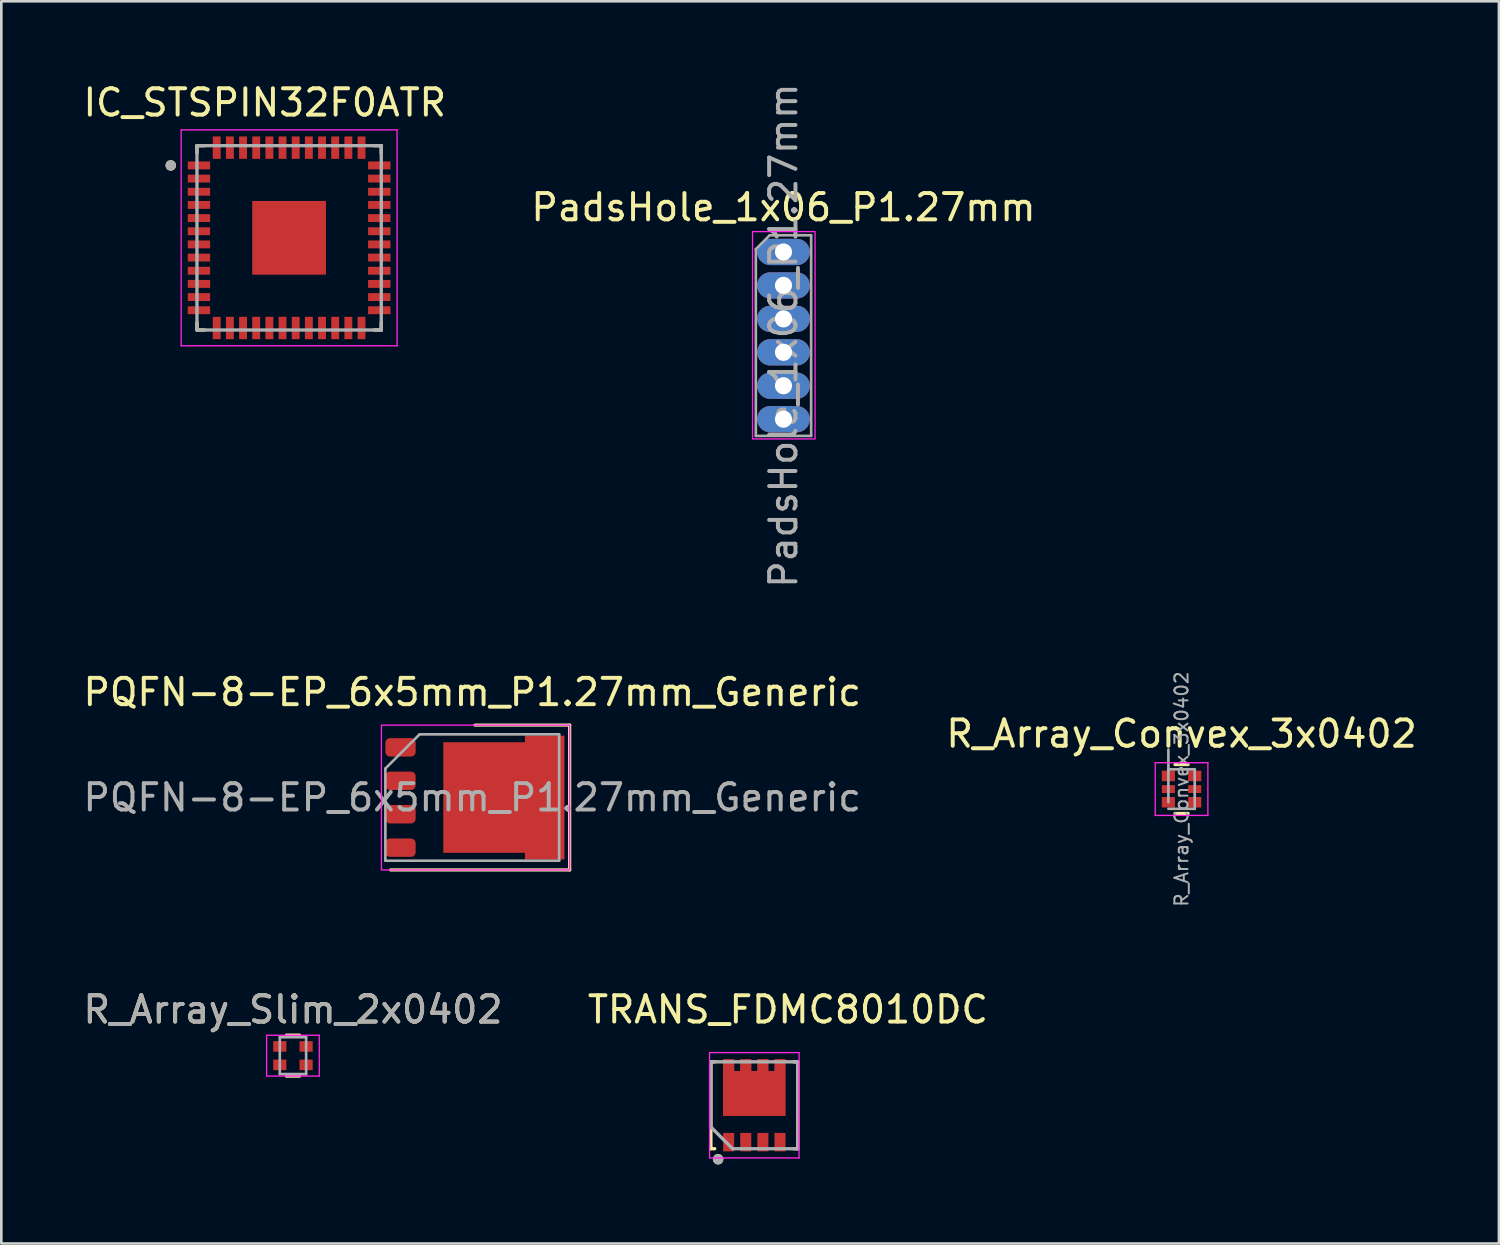
<source format=kicad_pcb>
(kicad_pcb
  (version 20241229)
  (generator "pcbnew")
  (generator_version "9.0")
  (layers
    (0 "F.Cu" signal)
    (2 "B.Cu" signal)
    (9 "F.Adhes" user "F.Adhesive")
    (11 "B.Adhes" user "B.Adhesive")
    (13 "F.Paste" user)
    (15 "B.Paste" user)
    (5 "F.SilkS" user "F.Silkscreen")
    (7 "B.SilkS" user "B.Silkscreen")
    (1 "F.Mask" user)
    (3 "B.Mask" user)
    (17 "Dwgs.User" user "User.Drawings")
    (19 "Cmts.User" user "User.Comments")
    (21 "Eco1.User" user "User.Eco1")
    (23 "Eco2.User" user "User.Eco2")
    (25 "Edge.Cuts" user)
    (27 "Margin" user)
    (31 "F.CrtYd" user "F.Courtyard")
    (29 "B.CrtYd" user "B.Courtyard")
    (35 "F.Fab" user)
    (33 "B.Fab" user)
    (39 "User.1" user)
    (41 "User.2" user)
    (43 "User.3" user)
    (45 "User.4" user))
  (footprint "R_Array_Convex_3x0402"
    (layer "F.Cu")
    (at 41.827 26.92)
    (property "Reference" "R_Array_Convex_3x0402" (at 0 -2.1 0) (layer "F.SilkS") (effects (font (size 1 1) (thickness 0.15))))
    (attr smd)
    (fp_line (start 0.25 -0.93) (end -0.25 -0.93) (stroke (width 0.12) (type solid)) (layer "F.SilkS"))
    (fp_line (start 0.25 0.925) (end -0.25 0.925) (stroke (width 0.12) (type solid)) (layer "F.SilkS"))
    (fp_line (start -1 -1) (end -1 1) (stroke (width 0.05) (type solid)) (layer "F.CrtYd"))
    (fp_line (start -1 -1) (end 1 -1) (stroke (width 0.05) (type solid)) (layer "F.CrtYd"))
    (fp_line (start 1 1) (end -1 1) (stroke (width 0.05) (type solid)) (layer "F.CrtYd"))
    (fp_line (start 1 1) (end 1 -1) (stroke (width 0.05) (type solid)) (layer "F.CrtYd"))
    (fp_line (start -0.5 -0.75) (end 0.5 -0.75) (stroke (width 0.1) (type solid)) (layer "F.Fab"))
    (fp_line (start -0.5 0.5) (end -0.5 -1.5) (stroke (width 0.1) (type solid)) (layer "F.Fab"))
    (fp_line (start 0.5 -0.75) (end 0.5 0.75) (stroke (width 0.1) (type solid)) (layer "F.Fab"))
    (fp_line (start 0.5 0.75) (end -0.5 0.75) (stroke (width 0.1) (type solid)) (layer "F.Fab"))
    (fp_text user "${REFERENCE}" (at 0 0 90) (layer "F.Fab") (effects (font (size 0.5 0.5) (thickness 0.075))))
    (pad "1" smd rect (at -0.5 -0.5) (size 0.5 0.4) (layers "F.Cu" "F.Mask" "F.Paste"))
    (pad "2" smd rect (at -0.5 0) (size 0.5 0.3) (layers "F.Cu" "F.Mask" "F.Paste"))
    (pad "3" smd rect (at -0.5 0.5) (size 0.5 0.4) (layers "F.Cu" "F.Mask" "F.Paste"))
    (pad "4" smd rect (at 0.5 0.5) (size 0.5 0.4) (layers "F.Cu" "F.Mask" "F.Paste"))
    (pad "5" smd rect (at 0.5 0) (size 0.5 0.3) (layers "F.Cu" "F.Mask" "F.Paste"))
    (pad "6" smd rect (at 0.5 -0.5) (size 0.5 0.4) (layers "F.Cu" "F.Mask" "F.Paste")))
  (footprint "PQFN-8-EP_6x5mm_P1.27mm_Generic"
    (layer "F.Cu")
    (at 14.887 27.241)
    (property "Reference" "PQFN-8-EP_6x5mm_P1.27mm_Generic" (at 0 -4 0) (layer "F.SilkS") (effects (font (size 1 1) (thickness 0.15))))
    (attr smd)
    (fp_line (start -3.1 2.75) (end 3.7 2.75) (stroke (width 0.12) (type solid)) (layer "F.SilkS"))
    (fp_line (start 3.7 -2.75) (end 0.1 -2.75) (stroke (width 0.12) (type solid)) (layer "F.SilkS"))
    (fp_line (start 3.7 2.75) (end 3.7 -2.75) (stroke (width 0.12) (type solid)) (layer "F.SilkS"))
    (fp_rect (start -3.45 -2.75) (end 3.7 2.75) (stroke (width 0.05) (type solid)) (fill no) (layer "F.CrtYd"))
    (fp_line (start -3.3 -1.1) (end -3.3 2.4) (stroke (width 0.1) (type solid)) (layer "F.Fab"))
    (fp_line (start -3.3 -1.1) (end -2 -2.4) (stroke (width 0.1) (type solid)) (layer "F.Fab"))
    (fp_line (start -3.3 2.4) (end 3.3 2.4) (stroke (width 0.1) (type solid)) (layer "F.Fab"))
    (fp_line (start 3.3 -2.4) (end -2 -2.4) (stroke (width 0.1) (type solid)) (layer "F.Fab"))
    (fp_line (start 3.3 2.4) (end 3.3 -2.4) (stroke (width 0.1) (type solid)) (layer "F.Fab"))
    (fp_text user "${REFERENCE}" (at 0 0 180) (layer "F.Fab") (effects (font (size 1 1) (thickness 0.15))))
    (pad "" smd rect (at -0.55 -1.15 90) (size 0.9 0.6) (layers "F.Paste"))
    (pad "" smd rect (at -0.55 0 90) (size 0.9 0.6) (layers "F.Paste"))
    (pad "" smd rect (at -0.55 1.15 90) (size 0.9 0.6) (layers "F.Paste"))
    (pad "" smd rect (at 0.3 -1.15 90) (size 0.9 0.6) (layers "F.Paste"))
    (pad "" smd rect (at 0.3 0 90) (size 0.9 0.6) (layers "F.Paste"))
    (pad "" smd rect (at 0.3 1.15 90) (size 0.9 0.6) (layers "F.Paste"))
    (pad "" smd rect (at 1.15 -1.15 90) (size 0.9 0.6) (layers "F.Paste"))
    (pad "" smd rect (at 1.15 0 90) (size 0.9 0.6) (layers "F.Paste"))
    (pad "" smd rect (at 1.15 1.15 90) (size 0.9 0.6) (layers "F.Paste"))
    (pad "" smd rect (at 2 -1.15 90) (size 0.9 0.6) (layers "F.Paste"))
    (pad "" smd rect (at 2 0 90) (size 0.9 0.6) (layers "F.Paste"))
    (pad "" smd rect (at 2 1.15 90) (size 0.9 0.6) (layers "F.Paste"))
    (pad "" smd rect (at 3 -1.905 90) (size 0.6 0.9) (layers "F.Paste"))
    (pad "" smd rect (at 3 -0.635 90) (size 0.6 0.9) (layers "F.Paste"))
    (pad "" smd rect (at 3 0.635 90) (size 0.6 0.9) (layers "F.Paste"))
    (pad "" smd rect (at 3 1.905 90) (size 0.6 0.9) (layers "F.Paste"))
    (pad "1" smd roundrect (at -2.725 -1.905 90) (size 0.7 1.15) (layers "F.Cu" "F.Mask" "F.Paste") (roundrect_rratio 0.25))
    (pad "2" smd roundrect (at -2.725 -0.635 90) (size 0.7 1.15) (layers "F.Cu" "F.Mask" "F.Paste") (roundrect_rratio 0.25))
    (pad "3" smd roundrect (at -2.725 0.635 90) (size 0.7 1.15) (layers "F.Cu" "F.Mask" "F.Paste") (roundrect_rratio 0.25))
    (pad "4" smd roundrect (at -2.725 1.905 90) (size 0.7 1.15) (layers "F.Cu" "F.Mask" "F.Paste") (roundrect_rratio 0.25))
    (pad "5" smd custom (at 0 0 90) (size 4 2) (layers "F.Cu" "F.Mask") (options (anchor rect)) (primitives (gr_poly (pts (xy -2.35 3.5) (xy 2.35 3.5) (xy 2.35 2) (xy 2.1 2) (xy 2.1 -1.1) (xy -2.1 -1.1) (xy -2.1 2) (xy -2.35 2)) (width 0) (fill yes)))))
  (footprint "PadsHole_1x06_P1.27mm"
    (layer "F.Cu")
    (at 26.708 6.521)
    (property "Reference" "PadsHole_1x06_P1.27mm" (at 0 -1.695 0) (layer "F.SilkS") (effects (font (size 1 1) (thickness 0.15))))
    (attr through_hole)
    (fp_rect (start -1.175 -0.775) (end 1.2 7.1) (stroke (width 0.05) (type default)) (fill no) (layer "F.CrtYd"))
    (fp_line (start -1.05 -0.11) (end -0.525 -0.635) (stroke (width 0.1) (type solid)) (layer "F.Fab"))
    (fp_line (start -1.05 6.985) (end -1.05 -0.11) (stroke (width 0.1) (type solid)) (layer "F.Fab"))
    (fp_line (start -0.525 -0.635) (end 1.05 -0.635) (stroke (width 0.1) (type solid)) (layer "F.Fab"))
    (fp_line (start 1.05 -0.635) (end 1.05 6.985) (stroke (width 0.1) (type solid)) (layer "F.Fab"))
    (fp_line (start 1.05 6.985) (end -1.05 6.985) (stroke (width 0.1) (type solid)) (layer "F.Fab"))
    (fp_text user "${REFERENCE}" (at 0 3.175 90) (layer "F.Fab") (effects (font (size 1 1) (thickness 0.15))))
    (pad "1" thru_hole oval (at 0 0) (size 2 1) (drill 0.65) (layers "*.Cu" "*.Mask"))
    (pad "2" thru_hole oval (at 0 1.27) (size 2 1) (drill 0.65) (layers "*.Cu" "*.Mask"))
    (pad "3" thru_hole oval (at 0 2.54) (size 2 1) (drill 0.65) (layers "*.Cu" "*.Mask"))
    (pad "4" thru_hole oval (at 0 3.81) (size 2 1) (drill 0.65) (layers "*.Cu" "*.Mask"))
    (pad "5" thru_hole oval (at 0 5.08) (size 2 1) (drill 0.65) (layers "*.Cu" "*.Mask"))
    (pad "6" thru_hole oval (at 0 6.35) (size 2 1) (drill 0.65) (layers "*.Cu" "*.Mask")))
  (footprint "IC_STSPIN32F0ATR"
    (layer "F.Cu")
    (at 7.931 5.983)
    (property "Reference" "IC_STSPIN32F0ATR" (at -0.925 -5.135 0) (layer "F.SilkS") (effects (font (size 1 1) (thickness 0.15))))
    (attr smd)
    (fp_line (start -3.5 -3.5) (end -3.5 -3.22) (stroke (width 0.127) (type solid)) (layer "F.SilkS"))
    (fp_line (start -3.5 -3.5) (end -3.22 -3.5) (stroke (width 0.127) (type solid)) (layer "F.SilkS"))
    (fp_line (start -3.5 3.5) (end -3.5 3.22) (stroke (width 0.127) (type solid)) (layer "F.SilkS"))
    (fp_line (start -3.5 3.5) (end -3.22 3.5) (stroke (width 0.127) (type solid)) (layer "F.SilkS"))
    (fp_line (start 3.5 -3.5) (end 3.22 -3.5) (stroke (width 0.127) (type solid)) (layer "F.SilkS"))
    (fp_line (start 3.5 -3.5) (end 3.5 -3.22) (stroke (width 0.127) (type solid)) (layer "F.SilkS"))
    (fp_line (start 3.5 3.5) (end 3.22 3.5) (stroke (width 0.127) (type solid)) (layer "F.SilkS"))
    (fp_line (start 3.5 3.5) (end 3.5 3.22) (stroke (width 0.127) (type solid)) (layer "F.SilkS"))
    (fp_circle (center -4.495 -2.75) (end -4.395 -2.75) (stroke (width 0.2) (type solid)) (fill no) (layer "F.SilkS"))
    (fp_poly (pts (xy -0.885 -0.885) (xy 0.885 -0.885) (xy 0.885 0.885) (xy -0.885 0.885)) (stroke (width 0.01) (type solid)) (fill yes) (layer "F.Paste"))
    (fp_line (start -4.1 -4.1) (end 4.1 -4.1) (stroke (width 0.05) (type solid)) (layer "F.CrtYd"))
    (fp_line (start -4.1 4.1) (end -4.1 -4.1) (stroke (width 0.05) (type solid)) (layer "F.CrtYd"))
    (fp_line (start -4.1 4.1) (end 4.1 4.1) (stroke (width 0.05) (type solid)) (layer "F.CrtYd"))
    (fp_line (start 4.1 4.1) (end 4.1 -4.1) (stroke (width 0.05) (type solid)) (layer "F.CrtYd"))
    (fp_line (start -3.5 3.5) (end -3.5 -3.5) (stroke (width 0.127) (type solid)) (layer "F.Fab"))
    (fp_line (start 3.5 -3.5) (end -3.5 -3.5) (stroke (width 0.127) (type solid)) (layer "F.Fab"))
    (fp_line (start 3.5 3.5) (end -3.5 3.5) (stroke (width 0.127) (type solid)) (layer "F.Fab"))
    (fp_line (start 3.5 3.5) (end 3.5 -3.5) (stroke (width 0.127) (type solid)) (layer "F.Fab"))
    (fp_circle (center -4.495 -2.75) (end -4.395 -2.75) (stroke (width 0.2) (type solid)) (fill no) (layer "F.Fab"))
    (pad "1" smd rect (at -3.425 -2.75) (size 0.85 0.3) (layers "F.Cu" "F.Mask" "F.Paste"))
    (pad "2" smd rect (at -3.425 -2.25) (size 0.85 0.3) (layers "F.Cu" "F.Mask" "F.Paste"))
    (pad "3" smd rect (at -3.425 -1.75) (size 0.85 0.3) (layers "F.Cu" "F.Mask" "F.Paste"))
    (pad "4" smd rect (at -3.425 -1.25) (size 0.85 0.3) (layers "F.Cu" "F.Mask" "F.Paste"))
    (pad "5" smd rect (at -3.425 -0.75) (size 0.85 0.3) (layers "F.Cu" "F.Mask" "F.Paste"))
    (pad "6" smd rect (at -3.425 -0.25) (size 0.85 0.3) (layers "F.Cu" "F.Mask" "F.Paste"))
    (pad "7" smd rect (at -3.425 0.25) (size 0.85 0.3) (layers "F.Cu" "F.Mask" "F.Paste"))
    (pad "8" smd rect (at -3.425 0.75) (size 0.85 0.3) (layers "F.Cu" "F.Mask" "F.Paste"))
    (pad "9" smd rect (at -3.425 1.25) (size 0.85 0.3) (layers "F.Cu" "F.Mask" "F.Paste"))
    (pad "10" smd rect (at -3.425 1.75) (size 0.85 0.3) (layers "F.Cu" "F.Mask" "F.Paste"))
    (pad "11" smd rect (at -3.425 2.25) (size 0.85 0.3) (layers "F.Cu" "F.Mask" "F.Paste"))
    (pad "12" smd rect (at -3.425 2.75) (size 0.85 0.3) (layers "F.Cu" "F.Mask" "F.Paste"))
    (pad "13" smd rect (at -2.75 3.425) (size 0.3 0.85) (layers "F.Cu" "F.Mask" "F.Paste"))
    (pad "14" smd rect (at -2.25 3.425) (size 0.3 0.85) (layers "F.Cu" "F.Mask" "F.Paste"))
    (pad "15" smd rect (at -1.75 3.425) (size 0.3 0.85) (layers "F.Cu" "F.Mask" "F.Paste"))
    (pad "16" smd rect (at -1.25 3.425) (size 0.3 0.85) (layers "F.Cu" "F.Mask" "F.Paste"))
    (pad "17" smd rect (at -0.75 3.425) (size 0.3 0.85) (layers "F.Cu" "F.Mask" "F.Paste"))
    (pad "18" smd rect (at -0.25 3.425) (size 0.3 0.85) (layers "F.Cu" "F.Mask" "F.Paste"))
    (pad "19" smd rect (at 0.25 3.425) (size 0.3 0.85) (layers "F.Cu" "F.Mask" "F.Paste"))
    (pad "20" smd rect (at 0.75 3.425) (size 0.3 0.85) (layers "F.Cu" "F.Mask" "F.Paste"))
    (pad "21" smd rect (at 1.25 3.425) (size 0.3 0.85) (layers "F.Cu" "F.Mask" "F.Paste"))
    (pad "22" smd rect (at 1.75 3.425) (size 0.3 0.85) (layers "F.Cu" "F.Mask" "F.Paste"))
    (pad "23" smd rect (at 2.25 3.425) (size 0.3 0.85) (layers "F.Cu" "F.Mask" "F.Paste"))
    (pad "24" smd rect (at 2.75 3.425) (size 0.3 0.85) (layers "F.Cu" "F.Mask" "F.Paste"))
    (pad "25" smd rect (at 3.425 2.75) (size 0.85 0.3) (layers "F.Cu" "F.Mask" "F.Paste"))
    (pad "26" smd rect (at 3.425 2.25) (size 0.85 0.3) (layers "F.Cu" "F.Mask" "F.Paste"))
    (pad "27" smd rect (at 3.425 1.75) (size 0.85 0.3) (layers "F.Cu" "F.Mask" "F.Paste"))
    (pad "28" smd rect (at 3.425 1.25) (size 0.85 0.3) (layers "F.Cu" "F.Mask" "F.Paste"))
    (pad "29" smd rect (at 3.425 0.75) (size 0.85 0.3) (layers "F.Cu" "F.Mask" "F.Paste"))
    (pad "30" smd rect (at 3.425 0.25) (size 0.85 0.3) (layers "F.Cu" "F.Mask" "F.Paste"))
    (pad "31" smd rect (at 3.425 -0.25) (size 0.85 0.3) (layers "F.Cu" "F.Mask" "F.Paste"))
    (pad "32" smd rect (at 3.425 -0.75) (size 0.85 0.3) (layers "F.Cu" "F.Mask" "F.Paste"))
    (pad "33" smd rect (at 3.425 -1.25) (size 0.85 0.3) (layers "F.Cu" "F.Mask" "F.Paste"))
    (pad "34" smd rect (at 3.425 -1.75) (size 0.85 0.3) (layers "F.Cu" "F.Mask" "F.Paste"))
    (pad "35" smd rect (at 3.425 -2.25) (size 0.85 0.3) (layers "F.Cu" "F.Mask" "F.Paste"))
    (pad "36" smd rect (at 3.425 -2.75) (size 0.85 0.3) (layers "F.Cu" "F.Mask" "F.Paste"))
    (pad "37" smd rect (at 2.75 -3.425) (size 0.3 0.85) (layers "F.Cu" "F.Mask" "F.Paste"))
    (pad "38" smd rect (at 2.25 -3.425) (size 0.3 0.85) (layers "F.Cu" "F.Mask" "F.Paste"))
    (pad "39" smd rect (at 1.75 -3.425) (size 0.3 0.85) (layers "F.Cu" "F.Mask" "F.Paste"))
    (pad "40" smd rect (at 1.25 -3.425) (size 0.3 0.85) (layers "F.Cu" "F.Mask" "F.Paste"))
    (pad "41" smd rect (at 0.75 -3.425) (size 0.3 0.85) (layers "F.Cu" "F.Mask" "F.Paste"))
    (pad "42" smd rect (at 0.25 -3.425) (size 0.3 0.85) (layers "F.Cu" "F.Mask" "F.Paste"))
    (pad "43" smd rect (at -0.25 -3.425) (size 0.3 0.85) (layers "F.Cu" "F.Mask" "F.Paste"))
    (pad "44" smd rect (at -0.75 -3.425) (size 0.3 0.85) (layers "F.Cu" "F.Mask" "F.Paste"))
    (pad "45" smd rect (at -1.25 -3.425) (size 0.3 0.85) (layers "F.Cu" "F.Mask" "F.Paste"))
    (pad "46" smd rect (at -1.75 -3.425) (size 0.3 0.85) (layers "F.Cu" "F.Mask" "F.Paste"))
    (pad "47" smd rect (at -2.25 -3.425) (size 0.3 0.85) (layers "F.Cu" "F.Mask" "F.Paste"))
    (pad "48" smd rect (at -2.75 -3.425) (size 0.3 0.85) (layers "F.Cu" "F.Mask" "F.Paste"))
    (pad "49" smd rect (at 0 0) (size 2.8 2.8) (layers "F.Cu" "F.Mask")))
  (footprint "R_Array_Slim_2x0402"
    (layer "F.Cu")
    (at 8.077 37.045)
    (property "Reference" "R_Array_Slim_2x0402" (at 0 -1.75 0) (layer "F.SilkS") (effects (font (size 1 1) (thickness 0.15))))
    (attr smd)
    (fp_line (start 0.25 -0.78) (end -0.25 -0.78) (stroke (width 0.12) (type solid)) (layer "F.SilkS"))
    (fp_line (start 0.25 0.78) (end -0.25 0.78) (stroke (width 0.12) (type solid)) (layer "F.SilkS"))
    (fp_line (start -1 -0.775) (end -1 0.775) (stroke (width 0.05) (type solid)) (layer "F.CrtYd"))
    (fp_line (start -1 -0.775) (end 1 -0.775) (stroke (width 0.05) (type solid)) (layer "F.CrtYd"))
    (fp_line (start 1 0.775) (end -1 0.775) (stroke (width 0.05) (type solid)) (layer "F.CrtYd"))
    (fp_line (start 1 0.775) (end 1 -0.775) (stroke (width 0.05) (type solid)) (layer "F.CrtYd"))
    (fp_line (start -0.5 -0.7) (end -0.5 0.7) (stroke (width 0.1) (type solid)) (layer "F.Fab"))
    (fp_line (start -0.5 0.7) (end 0.5 0.7) (stroke (width 0.1) (type solid)) (layer "F.Fab"))
    (fp_line (start 0.5 -0.7) (end -0.5 -0.7) (stroke (width 0.1) (type solid)) (layer "F.Fab"))
    (fp_line (start 0.5 0.7) (end 0.5 -0.7) (stroke (width 0.1) (type solid)) (layer "F.Fab"))
    (fp_text user "${REFERENCE}" (at 0 -1.75 0) (layer "F.Fab") (effects (font (size 1 1) (thickness 0.15))))
    (pad "1" smd rect (at -0.5 -0.35) (size 0.5 0.4) (layers "F.Cu" "F.Mask" "F.Paste"))
    (pad "2" smd rect (at -0.5 0.35) (size 0.5 0.4) (layers "F.Cu" "F.Mask" "F.Paste"))
    (pad "3" smd rect (at 0.5 0.35) (size 0.5 0.4) (layers "F.Cu" "F.Mask" "F.Paste"))
    (pad "4" smd rect (at 0.5 -0.35) (size 0.5 0.4) (layers "F.Cu" "F.Mask" "F.Paste")))
  (footprint "TRANS_FDMC8010DC"
    (layer "F.Cu")
    (at 25.6 38.93)
    (property "Reference" "TRANS_FDMC8010DC" (at 1.275 -3.635 0) (layer "F.SilkS") (effects (font (size 1 1) (thickness 0.15))))
    (attr smd)
    (fp_poly (pts (xy 1.285 0.5) (xy -1.285 0.5) (xy -1.285 -1.85) (xy -0.665 -1.85) (xy -0.665 -1.4) (xy -0.635 -1.4) (xy -0.635 -1.85) (xy -0.015 -1.85) (xy -0.015 -1.4) (xy 0.015 -1.4) (xy 0.015 -1.85) (xy 0.635 -1.85) (xy 0.635 -1.4) (xy 0.665 -1.4) (xy 0.665 -1.85) (xy 1.285 -1.85)) (stroke (width 0.01) (type solid)) (fill yes) (layer "F.Mask"))
    (fp_line (start -1.65 -1.65) (end -1.505 -1.65) (stroke (width 0.127) (type solid)) (layer "F.SilkS"))
    (fp_line (start -1.65 1.65) (end -1.65 -1.65) (stroke (width 0.127) (type solid)) (layer "F.SilkS"))
    (fp_line (start -1.505 1.65) (end -1.65 1.65) (stroke (width 0.127) (type solid)) (layer "F.SilkS"))
    (fp_line (start 1.505 -1.65) (end 1.65 -1.65) (stroke (width 0.127) (type solid)) (layer "F.SilkS"))
    (fp_line (start 1.65 -1.65) (end 1.65 1.65) (stroke (width 0.127) (type solid)) (layer "F.SilkS"))
    (fp_line (start 1.65 1.65) (end 1.505 1.65) (stroke (width 0.127) (type solid)) (layer "F.SilkS"))
    (fp_circle (center -1.375 2.05) (end -1.275 2.05) (stroke (width 0.2) (type solid)) (fill no) (layer "F.SilkS"))
    (fp_poly (pts (xy -1.185 -1.75) (xy -1.185 0.4) (xy 1.185 0.4) (xy 1.185 -1.75) (xy 0.765 -1.75) (xy 0.765 -1.3) (xy 0.535 -1.3) (xy 0.535 -1.75) (xy 0.115 -1.75) (xy 0.115 -1.3) (xy -0.115 -1.3) (xy -0.115 -1.75) (xy -0.535 -1.75) (xy -0.535 -1.3) (xy -0.765 -1.3) (xy -0.765 -1.75)) (stroke (width 0.01) (type solid)) (fill yes) (layer "F.Paste"))
    (fp_line (start -1.7 -2) (end -1.7 2) (stroke (width 0.05) (type solid)) (layer "F.CrtYd"))
    (fp_line (start -1.7 2) (end 1.7 2) (stroke (width 0.05) (type solid)) (layer "F.CrtYd"))
    (fp_line (start 1.7 -2) (end -1.7 -2) (stroke (width 0.05) (type solid)) (layer "F.CrtYd"))
    (fp_line (start 1.7 2) (end 1.7 -2) (stroke (width 0.05) (type solid)) (layer "F.CrtYd"))
    (fp_line (start -1.65 -1.65) (end 1.65 -1.65) (stroke (width 0.127) (type solid)) (layer "F.Fab"))
    (fp_line (start -1.65 0.825) (end -1.65 -1.65) (stroke (width 0.127) (type solid)) (layer "F.Fab"))
    (fp_line (start -0.825 1.65) (end -1.65 0.825) (stroke (width 0.127) (type default)) (layer "F.Fab"))
    (fp_line (start 1.65 -1.65) (end 1.65 1.65) (stroke (width 0.127) (type solid)) (layer "F.Fab"))
    (fp_line (start 1.65 1.65) (end -0.825 1.65) (stroke (width 0.127) (type solid)) (layer "F.Fab"))
    (fp_circle (center -1.375 2.05) (end -1.275 2.05) (stroke (width 0.2) (type solid)) (fill no) (layer "F.Fab"))
    (pad "1" smd rect (at -0.975 1.4) (size 0.42 0.7) (layers "F.Cu" "F.Mask" "F.Paste"))
    (pad "2" smd rect (at -0.325 1.4) (size 0.42 0.7) (layers "F.Cu" "F.Mask" "F.Paste"))
    (pad "3" smd rect (at 0.325 1.4) (size 0.42 0.7) (layers "F.Cu" "F.Mask" "F.Paste"))
    (pad "4" smd rect (at 0.975 1.4) (size 0.42 0.7) (layers "F.Cu" "F.Mask" "F.Paste"))
    (pad "5" smd custom (at 0 0) (size 0.6 0.6) (layers "F.Cu") (options (anchor rect)) (primitives (gr_poly (pts (xy -1.185 -1.75) (xy -1.185 0.4) (xy 1.185 0.4) (xy 1.185 -1.75) (xy 0.765 -1.75) (xy 0.765 -1.3) (xy 0.535 -1.3) (xy 0.535 -1.75) (xy 0.115 -1.75) (xy 0.115 -1.3) (xy -0.115 -1.3) (xy -0.115 -1.75) (xy -0.535 -1.75) (xy -0.535 -1.3) (xy -0.765 -1.3) (xy -0.765 -1.75)) (width 0.01) (fill yes)))))
  (gr_rect
    (start -3 -3)
    (end 53.881 44.18)
    (stroke (width 0.1) (type default))
    (fill no)
    (layer "Edge.Cuts")))
</source>
